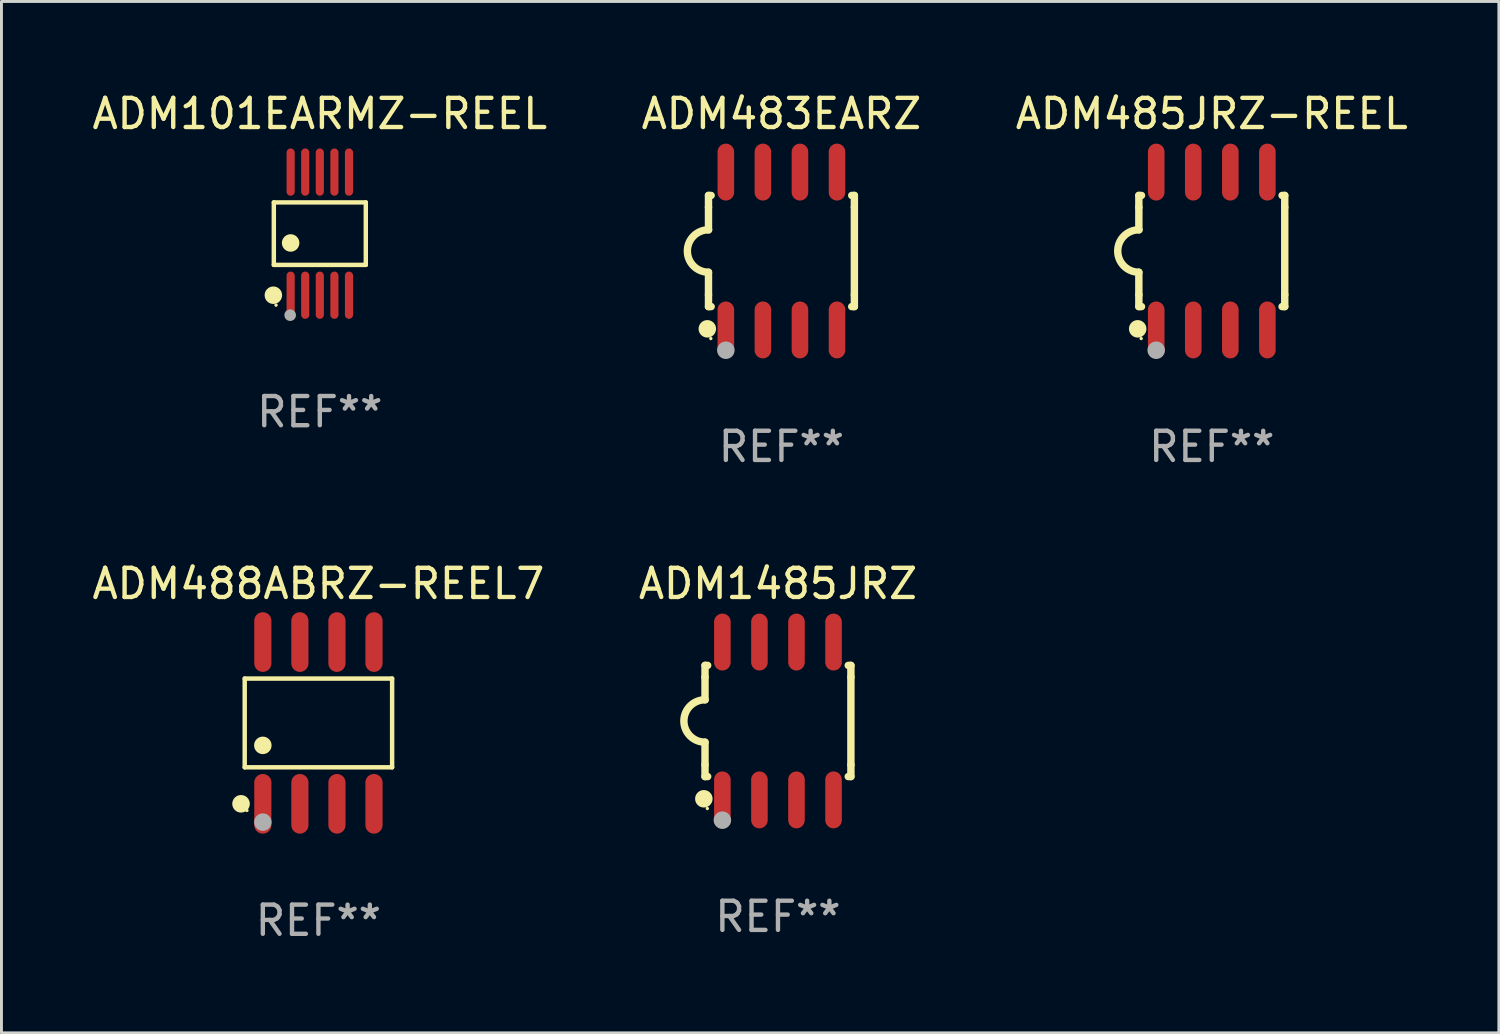
<source format=kicad_pcb>
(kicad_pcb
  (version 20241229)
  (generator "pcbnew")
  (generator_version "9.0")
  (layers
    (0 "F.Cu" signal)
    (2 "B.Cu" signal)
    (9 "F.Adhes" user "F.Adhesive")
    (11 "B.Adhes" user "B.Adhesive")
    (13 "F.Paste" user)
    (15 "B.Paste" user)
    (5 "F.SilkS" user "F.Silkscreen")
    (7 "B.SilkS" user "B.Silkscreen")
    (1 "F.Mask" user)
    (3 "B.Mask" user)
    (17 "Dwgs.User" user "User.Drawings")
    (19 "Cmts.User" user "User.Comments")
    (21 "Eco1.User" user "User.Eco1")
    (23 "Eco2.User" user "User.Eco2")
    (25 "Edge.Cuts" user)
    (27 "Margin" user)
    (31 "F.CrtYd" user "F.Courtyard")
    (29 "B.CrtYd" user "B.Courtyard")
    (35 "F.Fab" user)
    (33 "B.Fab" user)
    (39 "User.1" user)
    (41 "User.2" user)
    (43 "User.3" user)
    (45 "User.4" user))
  (footprint "ADM485JRZ-REEL"
    (layer "F.Cu")
    (at 38.482 5.553)
    (property "Reference" "ADM485JRZ-REEL" (at 0 -4.705 0) (layer "F.SilkS") (effects (font (size 1 1) (thickness 0.15))))
    (attr through_hole)
    (fp_line (start -2.5 -1.905) (end -2.409 -1.905) (stroke (width 0.254) (type solid)) (layer "F.SilkS"))
    (fp_line (start -2.5 -1.5) (end -2.5 -1.905) (stroke (width 0.254) (type solid)) (layer "F.SilkS"))
    (fp_line (start -2.5 -1.5) (end -2.5 -0.726) (stroke (width 0.254) (type solid)) (layer "F.SilkS"))
    (fp_line (start -2.5 1.5) (end -2.5 0.727) (stroke (width 0.254) (type solid)) (layer "F.SilkS"))
    (fp_line (start -2.5 1.5) (end -2.5 1.905) (stroke (width 0.254) (type solid)) (layer "F.SilkS"))
    (fp_line (start -2.5 1.905) (end -2.409 1.905) (stroke (width 0.254) (type solid)) (layer "F.SilkS"))
    (fp_line (start 2.5 -1.905) (end 2.409 -1.905) (stroke (width 0.254) (type solid)) (layer "F.SilkS"))
    (fp_line (start 2.5 -1.5) (end 2.5 -1.905) (stroke (width 0.254) (type solid)) (layer "F.SilkS"))
    (fp_line (start 2.5 -1.5) (end 2.5 1.5) (stroke (width 0.254) (type solid)) (layer "F.SilkS"))
    (fp_line (start 2.5 1.5) (end 2.5 1.905) (stroke (width 0.254) (type solid)) (layer "F.SilkS"))
    (fp_line (start 2.5 1.905) (end 2.409 1.905) (stroke (width 0.254) (type solid)) (layer "F.SilkS"))
    (fp_arc (start -2.5 0.726568) (mid -3.220316 -0.0023) (end -2.495097 -0.726289) (stroke (width 0.254001) (type solid)) (layer "F.SilkS"))
    (fp_circle (center -2.54 2.667) (end -2.39 2.667) (stroke (width 0.3) (type solid)) (fill no) (layer "F.SilkS"))
    (fp_circle (center -2.42 3) (end -2.39 3) (stroke (width 0.06) (type solid)) (fill no) (layer "F.SilkS"))
    (fp_circle (center -1.905 3.4) (end -1.755 3.4) (stroke (width 0.3) (type solid)) (fill no) (layer "F.Fab"))
    (fp_text user "REF**" (at 0 6.705 0) (layer "F.Fab") (effects (font (size 1 1) (thickness 0.15))))
    (pad "1" smd oval (at -1.905 2.705) (size 0.568 1.95) (layers "F.Cu" "F.Mask" "F.Paste"))
    (pad "2" smd oval (at -0.635 2.705) (size 0.568 1.95) (layers "F.Cu" "F.Mask" "F.Paste"))
    (pad "3" smd oval (at 0.635 2.705) (size 0.568 1.95) (layers "F.Cu" "F.Mask" "F.Paste"))
    (pad "4" smd oval (at 1.905 2.705) (size 0.568 1.95) (layers "F.Cu" "F.Mask" "F.Paste"))
    (pad "5" smd oval (at 1.905 -2.705) (size 0.568 1.95) (layers "F.Cu" "F.Mask" "F.Paste"))
    (pad "6" smd oval (at 0.635 -2.705) (size 0.568 1.95) (layers "F.Cu" "F.Mask" "F.Paste"))
    (pad "7" smd oval (at -0.635 -2.705) (size 0.568 1.95) (layers "F.Cu" "F.Mask" "F.Paste"))
    (pad "8" smd oval (at -1.905 -2.705) (size 0.568 1.95) (layers "F.Cu" "F.Mask" "F.Paste")))
  (footprint "ADM1485JRZ"
    (layer "F.Cu")
    (at 23.613 21.66)
    (property "Reference" "ADM1485JRZ" (at 0 -4.705 0) (layer "F.SilkS") (effects (font (size 1 1) (thickness 0.15))))
    (attr through_hole)
    (fp_line (start -2.5 -1.905) (end -2.409 -1.905) (stroke (width 0.254) (type solid)) (layer "F.SilkS"))
    (fp_line (start -2.5 -1.5) (end -2.5 -1.905) (stroke (width 0.254) (type solid)) (layer "F.SilkS"))
    (fp_line (start -2.5 -1.5) (end -2.5 -0.726) (stroke (width 0.254) (type solid)) (layer "F.SilkS"))
    (fp_line (start -2.5 1.5) (end -2.5 0.727) (stroke (width 0.254) (type solid)) (layer "F.SilkS"))
    (fp_line (start -2.5 1.5) (end -2.5 1.905) (stroke (width 0.254) (type solid)) (layer "F.SilkS"))
    (fp_line (start -2.5 1.905) (end -2.409 1.905) (stroke (width 0.254) (type solid)) (layer "F.SilkS"))
    (fp_line (start 2.5 -1.905) (end 2.409 -1.905) (stroke (width 0.254) (type solid)) (layer "F.SilkS"))
    (fp_line (start 2.5 -1.5) (end 2.5 -1.905) (stroke (width 0.254) (type solid)) (layer "F.SilkS"))
    (fp_line (start 2.5 -1.5) (end 2.5 1.5) (stroke (width 0.254) (type solid)) (layer "F.SilkS"))
    (fp_line (start 2.5 1.5) (end 2.5 1.905) (stroke (width 0.254) (type solid)) (layer "F.SilkS"))
    (fp_line (start 2.5 1.905) (end 2.409 1.905) (stroke (width 0.254) (type solid)) (layer "F.SilkS"))
    (fp_arc (start -2.5 0.726568) (mid -3.220316 -0.0023) (end -2.495097 -0.726289) (stroke (width 0.254001) (type solid)) (layer "F.SilkS"))
    (fp_circle (center -2.54 2.667) (end -2.39 2.667) (stroke (width 0.3) (type solid)) (fill no) (layer "F.SilkS"))
    (fp_circle (center -2.42 3) (end -2.39 3) (stroke (width 0.06) (type solid)) (fill no) (layer "F.SilkS"))
    (fp_circle (center -1.905 3.4) (end -1.755 3.4) (stroke (width 0.3) (type solid)) (fill no) (layer "F.Fab"))
    (fp_text user "REF**" (at 0 6.705 0) (layer "F.Fab") (effects (font (size 1 1) (thickness 0.15))))
    (pad "1" smd oval (at -1.905 2.705) (size 0.568 1.95) (layers "F.Cu" "F.Mask" "F.Paste"))
    (pad "2" smd oval (at -0.635 2.705) (size 0.568 1.95) (layers "F.Cu" "F.Mask" "F.Paste"))
    (pad "3" smd oval (at 0.635 2.705) (size 0.568 1.95) (layers "F.Cu" "F.Mask" "F.Paste"))
    (pad "4" smd oval (at 1.905 2.705) (size 0.568 1.95) (layers "F.Cu" "F.Mask" "F.Paste"))
    (pad "5" smd oval (at 1.905 -2.705) (size 0.568 1.95) (layers "F.Cu" "F.Mask" "F.Paste"))
    (pad "6" smd oval (at 0.635 -2.705) (size 0.568 1.95) (layers "F.Cu" "F.Mask" "F.Paste"))
    (pad "7" smd oval (at -0.635 -2.705) (size 0.568 1.95) (layers "F.Cu" "F.Mask" "F.Paste"))
    (pad "8" smd oval (at -1.905 -2.705) (size 0.568 1.95) (layers "F.Cu" "F.Mask" "F.Paste")))
  (footprint "ADM101EARMZ-REEL"
    (layer "F.Cu")
    (at 7.911 4.958)
    (property "Reference" "ADM101EARMZ-REEL" (at 0 -4.11 0) (layer "F.SilkS") (effects (font (size 1 1) (thickness 0.15))))
    (attr through_hole)
    (fp_line (start -1.576 -1.071) (end 1.576 -1.071) (stroke (width 0.152) (type solid)) (layer "F.SilkS"))
    (fp_line (start -1.576 1.071) (end -1.576 -1.071) (stroke (width 0.152) (type solid)) (layer "F.SilkS"))
    (fp_line (start 1.576 -1.071) (end 1.576 1.071) (stroke (width 0.152) (type solid)) (layer "F.SilkS"))
    (fp_line (start 1.576 1.071) (end -1.576 1.071) (stroke (width 0.152) (type solid)) (layer "F.SilkS"))
    (fp_circle (center -1.592 2.11) (end -1.442 2.11) (stroke (width 0.3) (type solid)) (fill no) (layer "F.SilkS"))
    (fp_circle (center -1.5 2.45) (end -1.47 2.45) (stroke (width 0.06) (type solid)) (fill no) (layer "F.SilkS"))
    (fp_circle (center -1 0.319) (end -0.85 0.319) (stroke (width 0.3) (type solid)) (fill no) (layer "F.SilkS"))
    (fp_circle (center -1.016 2.794) (end -0.916 2.794) (stroke (width 0.2) (type solid)) (fill no) (layer "F.Fab"))
    (fp_text user "REF**" (at 0 6.11 0) (layer "F.Fab") (effects (font (size 1 1) (thickness 0.15))))
    (pad "1" smd oval (at -1 2.11) (size 0.28 1.62) (layers "F.Cu" "F.Mask" "F.Paste"))
    (pad "2" smd oval (at -0.5 2.11) (size 0.28 1.62) (layers "F.Cu" "F.Mask" "F.Paste"))
    (pad "3" smd oval (at 0 2.11) (size 0.28 1.62) (layers "F.Cu" "F.Mask" "F.Paste"))
    (pad "4" smd oval (at 0.5 2.11) (size 0.28 1.62) (layers "F.Cu" "F.Mask" "F.Paste"))
    (pad "5" smd oval (at 1 2.11) (size 0.28 1.62) (layers "F.Cu" "F.Mask" "F.Paste"))
    (pad "6" smd oval (at 1 -2.11) (size 0.28 1.62) (layers "F.Cu" "F.Mask" "F.Paste"))
    (pad "7" smd oval (at 0.5 -2.11) (size 0.28 1.62) (layers "F.Cu" "F.Mask" "F.Paste"))
    (pad "8" smd oval (at 0 -2.11) (size 0.28 1.62) (layers "F.Cu" "F.Mask" "F.Paste"))
    (pad "9" smd oval (at -0.5 -2.11) (size 0.28 1.62) (layers "F.Cu" "F.Mask" "F.Paste"))
    (pad "10" smd oval (at -1 -2.11) (size 0.28 1.62) (layers "F.Cu" "F.Mask" "F.Paste")))
  (footprint "ADM483EARZ"
    (layer "F.Cu")
    (at 23.732 5.553)
    (property "Reference" "ADM483EARZ" (at 0 -4.705 0) (layer "F.SilkS") (effects (font (size 1 1) (thickness 0.15))))
    (attr through_hole)
    (fp_line (start -2.5 -1.905) (end -2.409 -1.905) (stroke (width 0.254) (type solid)) (layer "F.SilkS"))
    (fp_line (start -2.5 -1.5) (end -2.5 -1.905) (stroke (width 0.254) (type solid)) (layer "F.SilkS"))
    (fp_line (start -2.5 -1.5) (end -2.5 -0.726) (stroke (width 0.254) (type solid)) (layer "F.SilkS"))
    (fp_line (start -2.5 1.5) (end -2.5 0.727) (stroke (width 0.254) (type solid)) (layer "F.SilkS"))
    (fp_line (start -2.5 1.5) (end -2.5 1.905) (stroke (width 0.254) (type solid)) (layer "F.SilkS"))
    (fp_line (start -2.5 1.905) (end -2.409 1.905) (stroke (width 0.254) (type solid)) (layer "F.SilkS"))
    (fp_line (start 2.5 -1.905) (end 2.409 -1.905) (stroke (width 0.254) (type solid)) (layer "F.SilkS"))
    (fp_line (start 2.5 -1.5) (end 2.5 -1.905) (stroke (width 0.254) (type solid)) (layer "F.SilkS"))
    (fp_line (start 2.5 -1.5) (end 2.5 1.5) (stroke (width 0.254) (type solid)) (layer "F.SilkS"))
    (fp_line (start 2.5 1.5) (end 2.5 1.905) (stroke (width 0.254) (type solid)) (layer "F.SilkS"))
    (fp_line (start 2.5 1.905) (end 2.409 1.905) (stroke (width 0.254) (type solid)) (layer "F.SilkS"))
    (fp_arc (start -2.5 0.726568) (mid -3.220316 -0.0023) (end -2.495097 -0.726289) (stroke (width 0.254001) (type solid)) (layer "F.SilkS"))
    (fp_circle (center -2.54 2.667) (end -2.39 2.667) (stroke (width 0.3) (type solid)) (fill no) (layer "F.SilkS"))
    (fp_circle (center -2.42 3) (end -2.39 3) (stroke (width 0.06) (type solid)) (fill no) (layer "F.SilkS"))
    (fp_circle (center -1.905 3.4) (end -1.755 3.4) (stroke (width 0.3) (type solid)) (fill no) (layer "F.Fab"))
    (fp_text user "REF**" (at 0 6.705 0) (layer "F.Fab") (effects (font (size 1 1) (thickness 0.15))))
    (pad "1" smd oval (at -1.905 2.705) (size 0.568 1.95) (layers "F.Cu" "F.Mask" "F.Paste"))
    (pad "2" smd oval (at -0.635 2.705) (size 0.568 1.95) (layers "F.Cu" "F.Mask" "F.Paste"))
    (pad "3" smd oval (at 0.635 2.705) (size 0.568 1.95) (layers "F.Cu" "F.Mask" "F.Paste"))
    (pad "4" smd oval (at 1.905 2.705) (size 0.568 1.95) (layers "F.Cu" "F.Mask" "F.Paste"))
    (pad "5" smd oval (at 1.905 -2.705) (size 0.568 1.95) (layers "F.Cu" "F.Mask" "F.Paste"))
    (pad "6" smd oval (at 0.635 -2.705) (size 0.568 1.95) (layers "F.Cu" "F.Mask" "F.Paste"))
    (pad "7" smd oval (at -0.635 -2.705) (size 0.568 1.95) (layers "F.Cu" "F.Mask" "F.Paste"))
    (pad "8" smd oval (at -1.905 -2.705) (size 0.568 1.95) (layers "F.Cu" "F.Mask" "F.Paste")))
  (footprint "ADM488ABRZ-REEL7"
    (layer "F.Cu")
    (at 7.863 21.727)
    (property "Reference" "ADM488ABRZ-REEL7" (at 0 -4.772 0) (layer "F.SilkS") (effects (font (size 1 1) (thickness 0.15))))
    (attr through_hole)
    (fp_line (start -2.526 -1.521) (end 2.526 -1.521) (stroke (width 0.152) (type solid)) (layer "F.SilkS"))
    (fp_line (start -2.526 1.521) (end -2.526 -1.521) (stroke (width 0.152) (type solid)) (layer "F.SilkS"))
    (fp_line (start 2.526 -1.521) (end 2.526 1.521) (stroke (width 0.152) (type solid)) (layer "F.SilkS"))
    (fp_line (start 2.526 1.521) (end -2.526 1.521) (stroke (width 0.152) (type solid)) (layer "F.SilkS"))
    (fp_circle (center -2.652 2.772) (end -2.501 2.772) (stroke (width 0.3) (type solid)) (fill no) (layer "F.SilkS"))
    (fp_circle (center -2.45 3) (end -2.42 3) (stroke (width 0.06) (type solid)) (fill no) (layer "F.SilkS"))
    (fp_circle (center -1.905 0.769) (end -1.755 0.769) (stroke (width 0.3) (type solid)) (fill no) (layer "F.SilkS"))
    (fp_circle (center -1.905 3.4) (end -1.755 3.4) (stroke (width 0.3) (type solid)) (fill no) (layer "F.Fab"))
    (fp_text user "REF**" (at 0 6.772 0) (layer "F.Fab") (effects (font (size 1 1) (thickness 0.15))))
    (pad "1" smd oval (at -1.905 2.772) (size 0.588 2.045) (layers "F.Cu" "F.Mask" "F.Paste"))
    (pad "2" smd oval (at -0.635 2.772) (size 0.588 2.045) (layers "F.Cu" "F.Mask" "F.Paste"))
    (pad "3" smd oval (at 0.635 2.772) (size 0.588 2.045) (layers "F.Cu" "F.Mask" "F.Paste"))
    (pad "4" smd oval (at 1.905 2.772) (size 0.588 2.045) (layers "F.Cu" "F.Mask" "F.Paste"))
    (pad "5" smd oval (at 1.905 -2.772) (size 0.588 2.045) (layers "F.Cu" "F.Mask" "F.Paste"))
    (pad "6" smd oval (at 0.635 -2.772) (size 0.588 2.045) (layers "F.Cu" "F.Mask" "F.Paste"))
    (pad "7" smd oval (at -0.635 -2.772) (size 0.588 2.045) (layers "F.Cu" "F.Mask" "F.Paste"))
    (pad "8" smd oval (at -1.905 -2.772) (size 0.588 2.045) (layers "F.Cu" "F.Mask" "F.Paste")))
  (gr_rect
    (start -3 -3)
    (end 48.321 32.348)
    (stroke (width 0.1) (type default))
    (fill no)
    (layer "Edge.Cuts")))
</source>
